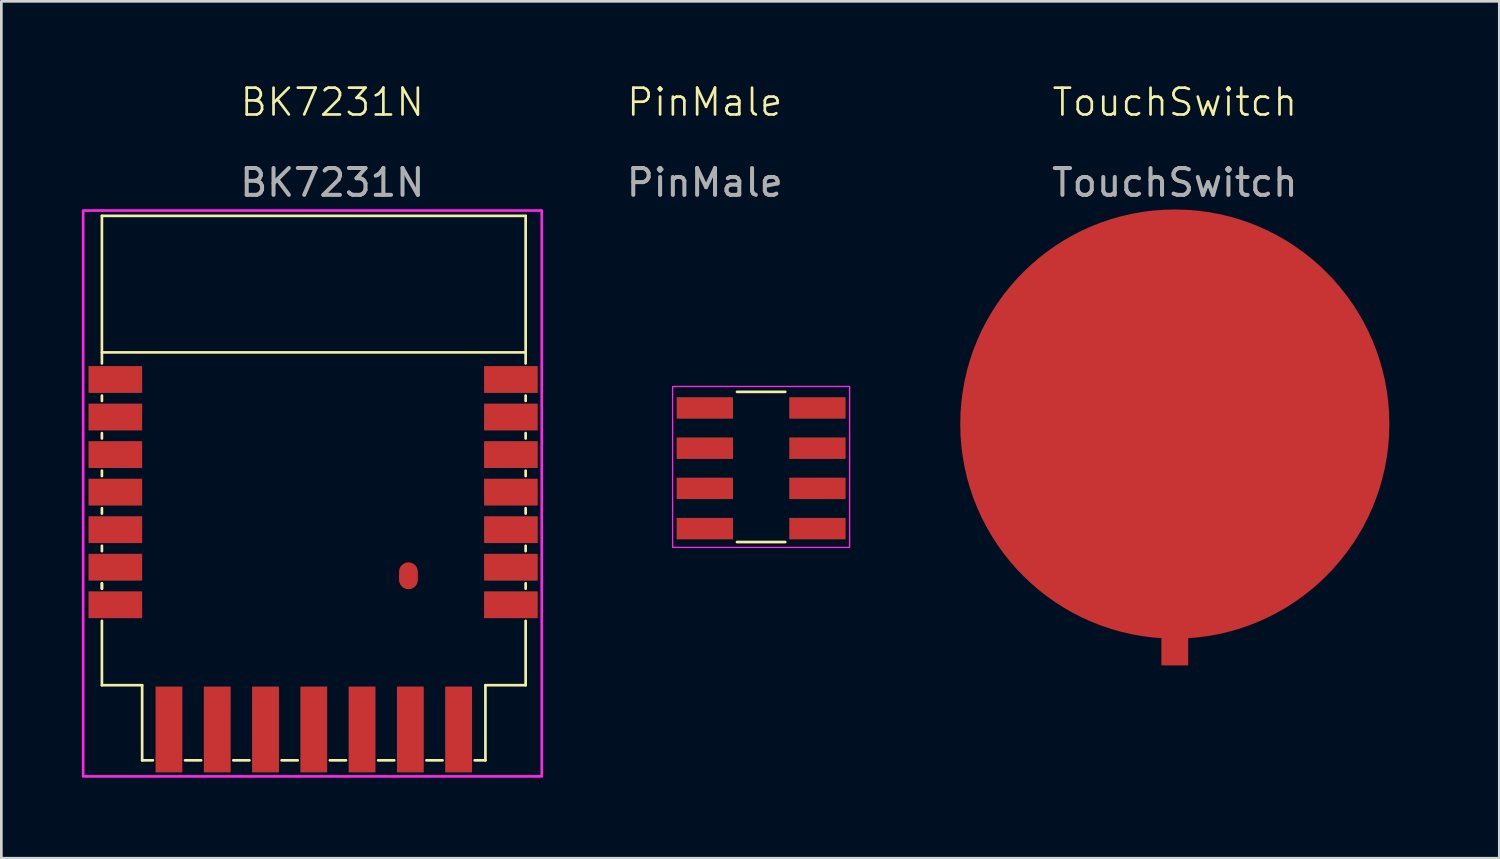
<source format=kicad_pcb>
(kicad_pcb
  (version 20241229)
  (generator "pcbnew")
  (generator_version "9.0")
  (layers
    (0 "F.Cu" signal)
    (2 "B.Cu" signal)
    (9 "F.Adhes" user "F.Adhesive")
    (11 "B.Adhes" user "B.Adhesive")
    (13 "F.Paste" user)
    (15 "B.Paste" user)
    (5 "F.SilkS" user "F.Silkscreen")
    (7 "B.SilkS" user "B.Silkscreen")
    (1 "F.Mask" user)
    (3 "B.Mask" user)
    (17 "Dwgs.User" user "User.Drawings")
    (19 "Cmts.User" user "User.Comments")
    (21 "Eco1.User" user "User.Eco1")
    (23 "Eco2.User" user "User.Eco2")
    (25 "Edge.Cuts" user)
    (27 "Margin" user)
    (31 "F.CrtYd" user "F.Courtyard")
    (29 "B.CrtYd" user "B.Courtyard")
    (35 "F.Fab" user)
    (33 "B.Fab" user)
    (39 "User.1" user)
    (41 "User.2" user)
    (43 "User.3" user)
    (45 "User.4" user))
  (footprint "PinMale"
    (layer "F.Cu")
    (at 23.23 12.161)
    (property "Reference" "PinMale" (at 0 -11.4 0) (unlocked yes) (layer "F.SilkS") (effects (font (size 1 1) (thickness 0.1))))
    (attr smd)
    (fp_line (start 1.2 5) (end 3 5) (stroke (width 0.1) (type default)) (layer "F.SilkS"))
    (fp_line (start 3 -0.6) (end 1.2 -0.6) (stroke (width 0.1) (type default)) (layer "F.SilkS"))
    (fp_rect (start -1.2 -0.8) (end 5.4 5.2) (stroke (width 0.05) (type default)) (fill no) (layer "F.CrtYd"))
    (fp_text user "${REFERENCE}" (at 0 -8.4 0) (unlocked yes) (layer "F.Fab") (effects (font (size 1 1) (thickness 0.15))))
    (pad "1" smd rect (at 0 0) (size 2.1 0.8) (layers "F.Cu" "F.Mask" "F.Paste"))
    (pad "2" smd rect (at 0 1.5) (size 2.1 0.8) (layers "F.Cu" "F.Mask" "F.Paste"))
    (pad "3" smd rect (at 0 3) (size 2.1 0.8) (layers "F.Cu" "F.Mask" "F.Paste"))
    (pad "4" smd rect (at 0 4.5) (size 2.1 0.8) (layers "F.Cu" "F.Mask" "F.Paste"))
    (pad "5" smd rect (at 4.2 4.5) (size 2.1 0.8) (layers "F.Cu" "F.Mask" "F.Paste"))
    (pad "6" smd rect (at 4.2 3) (size 2.1 0.8) (layers "F.Cu" "F.Mask" "F.Paste"))
    (pad "7" smd rect (at 4.2 1.5) (size 2.1 0.8) (layers "F.Cu" "F.Mask" "F.Paste"))
    (pad "8" smd rect (at 4.2 0) (size 2.1 0.8) (layers "F.Cu" "F.Mask" "F.Paste")))
  (footprint "TouchSwitch"
    (layer "F.Cu")
    (at 40.755 12.761)
    (property "Reference" "TouchSwitch" (at 0 -12 0) (unlocked yes) (layer "F.SilkS") (effects (font (size 1 1) (thickness 0.1))))
    (attr smd)
    (fp_circle (center 0 0) (end 8 0) (stroke (width 0) (type solid)) (fill yes) (layer "F.Cu"))
    (fp_text user "${REFERENCE}" (at 0 -9 0) (unlocked yes) (layer "F.Fab") (effects (font (size 1 1) (thickness 0.15))))
    (pad "1" connect rect (at 0 8) (size 1 2) (layers "F.Cu" "F.Mask"))
    (zone (net_name "") (layer "F.Cu") (name "no gnd") (hatch edge 0.5) (connect_pads) (min_thickness 0.25) (filled_areas_thickness no) (keepout (tracks allowed) (vias allowed) (pads allowed) (copperpour not_allowed) (footprints allowed)) (placement (enabled no)) (fill) (polygon (pts (xy 42.335 3.799) (xy 45.305 4.88) (xy 47.726 6.911) (xy 49.306 9.648) (xy 49.855 12.761) (xy 49.306 15.873) (xy 47.726 18.61) (xy 45.305 20.641) (xy 42.335 21.722) (xy 39.175 21.722) (xy 36.205 20.641) (xy 33.784 18.61) (xy 32.204 15.873) (xy 31.655 12.761) (xy 32.204 9.648) (xy 33.784 6.911) (xy 36.205 4.88) (xy 39.175 3.799)))))
  (footprint "BK7231N"
    (layer "F.Cu")
    (at 0.75 5)
    (property "Reference" "BK7231N" (at 8.59 -4.24 0) (unlocked yes) (layer "F.SilkS") (effects (font (size 1 1) (thickness 0.1))))
    (attr smd)
    (fp_line (start 0 0) (end 0 5.5) (stroke (width 0.1) (type default)) (layer "F.SilkS"))
    (fp_line (start 0 5.09) (end 15.8 5.09) (stroke (width 0.1) (type default)) (layer "F.SilkS"))
    (fp_line (start 0 6.7) (end 0 6.9) (stroke (width 0.1) (type default)) (layer "F.SilkS"))
    (fp_line (start 0 8.1) (end 0 8.3) (stroke (width 0.1) (type default)) (layer "F.SilkS"))
    (fp_line (start 0 9.5) (end 0 9.7) (stroke (width 0.1) (type default)) (layer "F.SilkS"))
    (fp_line (start 0 10.9) (end 0 11.1) (stroke (width 0.1) (type default)) (layer "F.SilkS"))
    (fp_line (start 0 12.5) (end 0 12.3) (stroke (width 0.1) (type default)) (layer "F.SilkS"))
    (fp_line (start 0 13.7) (end 0 13.9) (stroke (width 0.1) (type default)) (layer "F.SilkS"))
    (fp_line (start 0 13.9) (end 0 13.7) (stroke (width 0.1) (type default)) (layer "F.SilkS"))
    (fp_line (start 0 15.1) (end 0 17.5) (stroke (width 0.1) (type default)) (layer "F.SilkS"))
    (fp_line (start 0 17.5) (end 1.5 17.5) (stroke (width 0.1) (type default)) (layer "F.SilkS"))
    (fp_line (start 1.5 17.5) (end 1.5 20.3) (stroke (width 0.1) (type default)) (layer "F.SilkS"))
    (fp_line (start 1.5 20.3) (end 1.9 20.3) (stroke (width 0.1) (type default)) (layer "F.SilkS"))
    (fp_line (start 3.1 20.3) (end 3.7 20.3) (stroke (width 0.1) (type default)) (layer "F.SilkS"))
    (fp_line (start 4.9 20.3) (end 5.5 20.3) (stroke (width 0.1) (type default)) (layer "F.SilkS"))
    (fp_line (start 6.7 20.3) (end 7.3 20.3) (stroke (width 0.1) (type default)) (layer "F.SilkS"))
    (fp_line (start 8.5 20.3) (end 9.1 20.3) (stroke (width 0.1) (type default)) (layer "F.SilkS"))
    (fp_line (start 10.3 20.3) (end 10.9 20.3) (stroke (width 0.1) (type default)) (layer "F.SilkS"))
    (fp_line (start 12.1 20.3) (end 12.7 20.3) (stroke (width 0.1) (type default)) (layer "F.SilkS"))
    (fp_line (start 13.9 20.3) (end 14.3 20.3) (stroke (width 0.1) (type default)) (layer "F.SilkS"))
    (fp_line (start 14.3 17.5) (end 15.8 17.5) (stroke (width 0.1) (type default)) (layer "F.SilkS"))
    (fp_line (start 14.3 20.3) (end 14.3 17.5) (stroke (width 0.1) (type default)) (layer "F.SilkS"))
    (fp_line (start 15.8 0) (end 0 0) (stroke (width 0.1) (type default)) (layer "F.SilkS"))
    (fp_line (start 15.8 5.5) (end 15.8 0) (stroke (width 0.1) (type default)) (layer "F.SilkS"))
    (fp_line (start 15.8 6.9) (end 15.8 6.7) (stroke (width 0.1) (type default)) (layer "F.SilkS"))
    (fp_line (start 15.8 8.3) (end 15.8 8.1) (stroke (width 0.1) (type default)) (layer "F.SilkS"))
    (fp_line (start 15.8 9.7) (end 15.8 9.5) (stroke (width 0.1) (type default)) (layer "F.SilkS"))
    (fp_line (start 15.8 11.1) (end 15.8 10.9) (stroke (width 0.1) (type default)) (layer "F.SilkS"))
    (fp_line (start 15.8 12.5) (end 15.8 12.3) (stroke (width 0.1) (type default)) (layer "F.SilkS"))
    (fp_line (start 15.8 13.9) (end 15.8 13.7) (stroke (width 0.1) (type default)) (layer "F.SilkS"))
    (fp_line (start 15.8 17.5) (end 15.8 15.1) (stroke (width 0.1) (type default)) (layer "F.SilkS"))
    (fp_rect (start -0.7 -0.2) (end 16.4 20.9) (stroke (width 0.1) (type default)) (fill no) (layer "F.CrtYd"))
    (fp_text user "${REFERENCE}" (at 8.59 -1.24 0) (unlocked yes) (layer "F.Fab") (effects (font (size 1 1) (thickness 0.15))))
    (pad "1" smd rect (at 0.5 6.1) (size 2 1) (layers "F.Cu" "F.Mask" "F.Paste"))
    (pad "2" smd rect (at 0.5 7.5) (size 2 1) (layers "F.Cu" "F.Mask" "F.Paste"))
    (pad "3" smd rect (at 0.5 8.9) (size 2 1) (layers "F.Cu" "F.Mask" "F.Paste"))
    (pad "4" smd rect (at 0.5 10.3) (size 2 1) (layers "F.Cu" "F.Mask" "F.Paste"))
    (pad "5" smd rect (at 0.5 11.7) (size 2 1) (layers "F.Cu" "F.Mask" "F.Paste"))
    (pad "6" smd rect (at 0.5 13.1) (size 2 1) (layers "F.Cu" "F.Mask" "F.Paste"))
    (pad "7" smd rect (at 0.5 14.5) (size 2 1) (layers "F.Cu" "F.Mask" "F.Paste"))
    (pad "8" smd rect (at 2.5 19.15) (size 1 3.2) (layers "F.Cu" "F.Mask" "F.Paste"))
    (pad "9" smd rect (at 4.3 19.15) (size 1 3.2) (layers "F.Cu" "F.Mask" "F.Paste"))
    (pad "10" smd rect (at 6.1 19.15) (size 1 3.2) (layers "F.Cu" "F.Mask" "F.Paste"))
    (pad "11" smd rect (at 7.9 19.15) (size 1 3.2) (layers "F.Cu" "F.Mask" "F.Paste"))
    (pad "12" smd rect (at 9.7 19.15) (size 1 3.2) (layers "F.Cu" "F.Mask" "F.Paste"))
    (pad "13" smd rect (at 11.5 19.15) (size 1 3.2) (layers "F.Cu" "F.Mask" "F.Paste"))
    (pad "14" smd rect (at 13.3 19.15) (size 1 3.2) (layers "F.Cu" "F.Mask" "F.Paste"))
    (pad "15" smd rect (at 15.25 14.5) (size 2 1) (layers "F.Cu" "F.Mask" "F.Paste"))
    (pad "16" smd rect (at 15.25 13.1) (size 2 1) (layers "F.Cu" "F.Mask" "F.Paste"))
    (pad "17" smd rect (at 15.25 11.7) (size 2 1) (layers "F.Cu" "F.Mask" "F.Paste"))
    (pad "18" smd rect (at 15.25 10.3) (size 2 1) (layers "F.Cu" "F.Mask" "F.Paste"))
    (pad "19" smd rect (at 15.25 8.9) (size 2 1) (layers "F.Cu" "F.Mask" "F.Paste"))
    (pad "20" smd rect (at 15.25 7.5) (size 2 1) (layers "F.Cu" "F.Mask" "F.Paste"))
    (pad "21" smd rect (at 15.25 6.1) (size 2 1) (layers "F.Cu" "F.Mask" "F.Paste"))
    (pad "TP" smd oval (at 11.43 13.42) (size 0.7 1) (layers "F.Cu" "F.Mask" "F.Paste"))
    (zone (net_name "") (layers "F.Cu" "B.Cu" "F.Fab") (name "CBU") (hatch edge 0.5) (connect_pads) (min_thickness 0.25) (filled_areas_thickness no) (keepout (tracks not_allowed) (vias not_allowed) (pads not_allowed) (copperpour not_allowed) (footprints not_allowed)) (placement (enabled no)) (fill) (polygon (pts (xy 0.75 5) (xy 16.55 5) (xy 16.55 10.091) (xy 0.75 10.091))))
    (zone (net_name "") (layers "F.Cu" "F.Fab") (name "keep-out") (hatch edge 0.5) (connect_pads) (min_thickness 0.25) (filled_areas_thickness no) (keepout (tracks not_allowed) (vias not_allowed) (pads not_allowed) (copperpour not_allowed) (footprints not_allowed)) (placement (enabled no)) (fill) (polygon (pts (xy 7.455 16.655) (xy 10.205 16.655) (xy 10.205 19.245) (xy 7.455 19.245))))
    (zone (net_name "") (layers "F.Cu" "F.Fab") (name "keep-out") (hatch edge 0.5) (connect_pads) (min_thickness 0.25) (filled_areas_thickness no) (keepout (tracks not_allowed) (vias not_allowed) (pads not_allowed) (copperpour not_allowed) (footprints not_allowed)) (placement (enabled no)) (fill) (polygon (pts (xy 2.84 11.15) (xy 4.84 11.15) (xy 6.84 11.15) (xy 6.84 13.15) (xy 6.84 15.15) (xy 4.84 15.15) (xy 2.84 15.15) (xy 2.84 13.15)))))
  (gr_rect
    (start -3 -3)
    (end 52.855 28.951)
    (stroke (width 0.1) (type default))
    (fill no)
    (layer "Edge.Cuts")))
</source>
